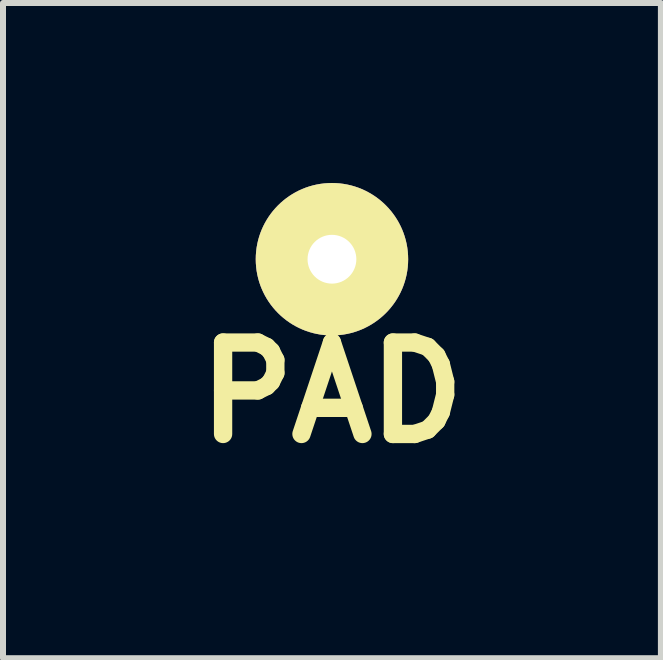
<source format=kicad_pcb>
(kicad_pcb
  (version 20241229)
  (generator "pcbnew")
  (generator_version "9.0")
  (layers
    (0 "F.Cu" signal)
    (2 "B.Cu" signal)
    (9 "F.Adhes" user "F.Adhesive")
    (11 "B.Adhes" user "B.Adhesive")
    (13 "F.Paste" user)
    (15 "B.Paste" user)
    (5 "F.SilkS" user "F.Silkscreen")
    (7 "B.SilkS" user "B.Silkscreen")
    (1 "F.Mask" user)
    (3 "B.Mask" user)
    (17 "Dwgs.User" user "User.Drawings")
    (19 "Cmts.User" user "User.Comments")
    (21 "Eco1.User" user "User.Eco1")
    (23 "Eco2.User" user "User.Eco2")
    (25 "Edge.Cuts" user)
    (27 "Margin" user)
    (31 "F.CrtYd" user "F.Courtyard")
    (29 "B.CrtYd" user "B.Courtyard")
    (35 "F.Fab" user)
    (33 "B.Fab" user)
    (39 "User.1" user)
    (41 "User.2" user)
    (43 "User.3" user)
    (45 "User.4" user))
  (footprint "PAD"
    (layer "F.Cu")
    (at 2.482 1.27)
    (property "Reference" "PAD" (at 0 2.223 0) (layer "F.SilkS") (effects (font (size 1.524 1.524) (thickness 0.305))))
    (attr through_hole)
    (pad "1" thru_hole circle (at 0 0) (size 2.54 2.54) (drill 0.813) (layers "*.Cu" "*.Mask" "F.SilkS")))
  (gr_rect
    (start -3 -3)
    (end 7.964 7.919)
    (stroke (width 0.1) (type default))
    (fill no)
    (layer "Edge.Cuts")))
</source>
